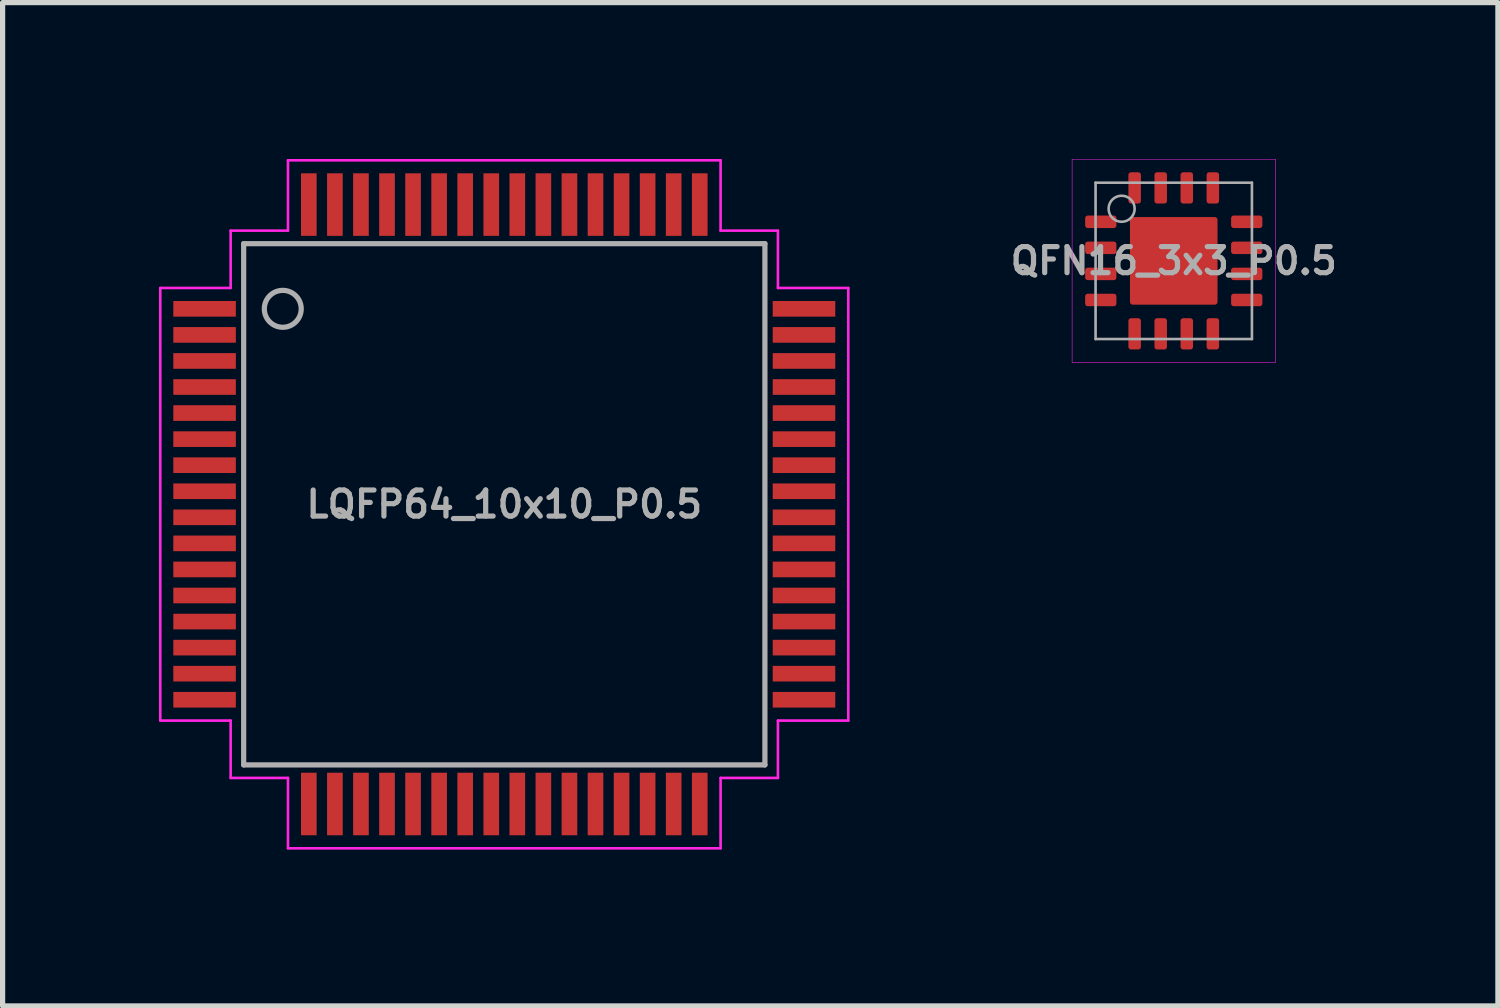
<source format=kicad_pcb>
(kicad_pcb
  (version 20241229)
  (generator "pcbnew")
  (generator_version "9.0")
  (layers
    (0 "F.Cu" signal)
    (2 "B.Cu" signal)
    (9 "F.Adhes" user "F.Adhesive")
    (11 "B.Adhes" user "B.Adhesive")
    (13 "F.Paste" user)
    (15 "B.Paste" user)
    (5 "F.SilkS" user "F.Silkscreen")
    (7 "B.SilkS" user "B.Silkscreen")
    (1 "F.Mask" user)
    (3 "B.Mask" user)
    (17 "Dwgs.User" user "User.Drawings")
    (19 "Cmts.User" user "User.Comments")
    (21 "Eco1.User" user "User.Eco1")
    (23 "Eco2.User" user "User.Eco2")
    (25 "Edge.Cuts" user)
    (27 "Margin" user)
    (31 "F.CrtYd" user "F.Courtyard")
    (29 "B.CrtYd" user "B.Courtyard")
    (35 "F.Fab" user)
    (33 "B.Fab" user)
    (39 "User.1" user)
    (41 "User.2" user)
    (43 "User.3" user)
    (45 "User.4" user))
  (footprint "QFN16_3x3_P0.5"
    (layer "F.Cu")
    (at 19.469 1.955)
    (property "Reference" "QFN16_3x3_P0.5" (at 0 0 0) (layer "F.Fab") (effects (font (size 0.5 0.5) (thickness 0.1))))
    (attr smd)
    (fp_line (start -1.95 -1.95) (end -1.95 1.95) (stroke (width 0.01) (type solid)) (layer "F.CrtYd"))
    (fp_line (start -1.95 -1.95) (end 1.95 -1.95) (stroke (width 0.01) (type solid)) (layer "F.CrtYd"))
    (fp_line (start -1.95 1.95) (end 1.95 1.95) (stroke (width 0.01) (type solid)) (layer "F.CrtYd"))
    (fp_line (start 1.95 -1.95) (end 1.95 1.95) (stroke (width 0.01) (type solid)) (layer "F.CrtYd"))
    (fp_line (start -1.5 -1.5) (end 1.5 -1.5) (stroke (width 0.05) (type solid)) (layer "F.Fab"))
    (fp_line (start -1.5 1.5) (end -1.5 -1.5) (stroke (width 0.05) (type solid)) (layer "F.Fab"))
    (fp_line (start 1.5 -1.5) (end 1.5 1.5) (stroke (width 0.05) (type solid)) (layer "F.Fab"))
    (fp_line (start 1.5 1.5) (end -1.5 1.5) (stroke (width 0.05) (type solid)) (layer "F.Fab"))
    (fp_circle (center -1 -1) (end -0.75 -1) (stroke (width 0.05) (type solid)) (fill no) (layer "F.Fab"))
    (pad "1" smd roundrect (at -1.4 -0.75) (size 0.6 0.24) (layers "F.Cu" "F.Mask" "F.Paste") (roundrect_rratio 0.21))
    (pad "2" smd roundrect (at -1.4 -0.25) (size 0.6 0.24) (layers "F.Cu" "F.Mask" "F.Paste") (roundrect_rratio 0.21))
    (pad "3" smd roundrect (at -1.4 0.25) (size 0.6 0.24) (layers "F.Cu" "F.Mask" "F.Paste") (roundrect_rratio 0.21))
    (pad "4" smd roundrect (at -1.4 0.75) (size 0.6 0.24) (layers "F.Cu" "F.Mask" "F.Paste") (roundrect_rratio 0.21))
    (pad "5" smd roundrect (at -0.75 1.4 90) (size 0.6 0.24) (layers "F.Cu" "F.Mask" "F.Paste") (roundrect_rratio 0.21))
    (pad "6" smd roundrect (at -0.25 1.4 90) (size 0.6 0.24) (layers "F.Cu" "F.Mask" "F.Paste") (roundrect_rratio 0.21))
    (pad "7" smd roundrect (at 0.25 1.4 90) (size 0.6 0.24) (layers "F.Cu" "F.Mask" "F.Paste") (roundrect_rratio 0.21))
    (pad "8" smd roundrect (at 0.75 1.4 90) (size 0.6 0.24) (layers "F.Cu" "F.Mask" "F.Paste") (roundrect_rratio 0.21))
    (pad "9" smd roundrect (at 1.4 0.75) (size 0.6 0.24) (layers "F.Cu" "F.Mask" "F.Paste") (roundrect_rratio 0.21))
    (pad "10" smd roundrect (at 1.4 0.25) (size 0.6 0.24) (layers "F.Cu" "F.Mask" "F.Paste") (roundrect_rratio 0.21))
    (pad "11" smd roundrect (at 1.4 -0.25) (size 0.6 0.24) (layers "F.Cu" "F.Mask" "F.Paste") (roundrect_rratio 0.21))
    (pad "12" smd roundrect (at 1.4 -0.75) (size 0.6 0.24) (layers "F.Cu" "F.Mask" "F.Paste") (roundrect_rratio 0.21))
    (pad "13" smd roundrect (at 0.75 -1.4 90) (size 0.6 0.24) (layers "F.Cu" "F.Mask" "F.Paste") (roundrect_rratio 0.21))
    (pad "14" smd roundrect (at 0.25 -1.4 90) (size 0.6 0.24) (layers "F.Cu" "F.Mask" "F.Paste") (roundrect_rratio 0.21))
    (pad "15" smd roundrect (at -0.25 -1.4 90) (size 0.6 0.24) (layers "F.Cu" "F.Mask" "F.Paste") (roundrect_rratio 0.21))
    (pad "16" smd roundrect (at -0.75 -1.4 90) (size 0.6 0.24) (layers "F.Cu" "F.Mask" "F.Paste") (roundrect_rratio 0.21))
    (pad "17" smd roundrect (at 0 0) (size 1.68 1.68) (layers "F.Cu" "F.Mask" "F.Paste") (roundrect_rratio 0.03)))
  (footprint "LQFP64_10x10_P0.5"
    (layer "F.Cu")
    (at 6.625 6.625)
    (property "Reference" "LQFP64_10x10_P0.5" (at 0 0 0) (layer "F.Fab") (effects (font (size 0.5 0.5) (thickness 0.1))))
    (attr smd)
    (fp_line (start -6.6 -4.15) (end -6.6 4.15) (stroke (width 0.05) (type solid)) (layer "F.CrtYd"))
    (fp_line (start -6.6 -4.15) (end -5.25 -4.15) (stroke (width 0.05) (type solid)) (layer "F.CrtYd"))
    (fp_line (start -5.25 -5.25) (end -4.15 -5.25) (stroke (width 0.05) (type solid)) (layer "F.CrtYd"))
    (fp_line (start -5.25 -4.15) (end -5.25 -5.25) (stroke (width 0.05) (type solid)) (layer "F.CrtYd"))
    (fp_line (start -5.25 4.15) (end -6.6 4.15) (stroke (width 0.05) (type solid)) (layer "F.CrtYd"))
    (fp_line (start -5.25 5.25) (end -5.25 4.15) (stroke (width 0.05) (type solid)) (layer "F.CrtYd"))
    (fp_line (start -4.15 -5.25) (end -4.15 -6.6) (stroke (width 0.05) (type solid)) (layer "F.CrtYd"))
    (fp_line (start -4.15 5.25) (end -5.25 5.25) (stroke (width 0.05) (type solid)) (layer "F.CrtYd"))
    (fp_line (start -4.15 6.6) (end -4.15 5.25) (stroke (width 0.05) (type solid)) (layer "F.CrtYd"))
    (fp_line (start -4.15 6.6) (end 4.15 6.6) (stroke (width 0.05) (type solid)) (layer "F.CrtYd"))
    (fp_line (start 4.15 -6.6) (end -4.15 -6.6) (stroke (width 0.05) (type solid)) (layer "F.CrtYd"))
    (fp_line (start 4.15 -6.6) (end 4.15 -5.25) (stroke (width 0.05) (type solid)) (layer "F.CrtYd"))
    (fp_line (start 4.15 -5.25) (end 5.25 -5.25) (stroke (width 0.05) (type solid)) (layer "F.CrtYd"))
    (fp_line (start 4.15 5.25) (end 4.15 6.6) (stroke (width 0.05) (type solid)) (layer "F.CrtYd"))
    (fp_line (start 5.25 -5.25) (end 5.25 -4.15) (stroke (width 0.05) (type solid)) (layer "F.CrtYd"))
    (fp_line (start 5.25 -4.15) (end 6.6 -4.15) (stroke (width 0.05) (type solid)) (layer "F.CrtYd"))
    (fp_line (start 5.25 4.15) (end 5.25 5.25) (stroke (width 0.05) (type solid)) (layer "F.CrtYd"))
    (fp_line (start 5.25 5.25) (end 4.15 5.25) (stroke (width 0.05) (type solid)) (layer "F.CrtYd"))
    (fp_line (start 6.6 4.15) (end 5.25 4.15) (stroke (width 0.05) (type solid)) (layer "F.CrtYd"))
    (fp_line (start 6.6 4.15) (end 6.6 -4.15) (stroke (width 0.05) (type solid)) (layer "F.CrtYd"))
    (fp_line (start -5 -5) (end 5 -5) (stroke (width 0.1) (type solid)) (layer "F.Fab"))
    (fp_line (start -5 5) (end -5 -5) (stroke (width 0.1) (type solid)) (layer "F.Fab"))
    (fp_line (start 5 -5) (end 5 5) (stroke (width 0.1) (type solid)) (layer "F.Fab"))
    (fp_line (start 5 5) (end -5 5) (stroke (width 0.1) (type solid)) (layer "F.Fab"))
    (fp_circle (center -4.25 -3.75) (end -3.896 -3.75) (stroke (width 0.1) (type solid)) (fill no) (layer "F.Fab"))
    (pad "1" smd rect (at -5.75 -3.75) (size 1.2 0.3) (layers "F.Cu" "F.Mask" "F.Paste"))
    (pad "2" smd rect (at -5.75 -3.25) (size 1.2 0.3) (layers "F.Cu" "F.Mask" "F.Paste"))
    (pad "3" smd rect (at -5.75 -2.75) (size 1.2 0.3) (layers "F.Cu" "F.Mask" "F.Paste"))
    (pad "4" smd rect (at -5.75 -2.25) (size 1.2 0.3) (layers "F.Cu" "F.Mask" "F.Paste"))
    (pad "5" smd rect (at -5.75 -1.75) (size 1.2 0.3) (layers "F.Cu" "F.Mask" "F.Paste"))
    (pad "6" smd rect (at -5.75 -1.25) (size 1.2 0.3) (layers "F.Cu" "F.Mask" "F.Paste"))
    (pad "7" smd rect (at -5.75 -0.75) (size 1.2 0.3) (layers "F.Cu" "F.Mask" "F.Paste"))
    (pad "8" smd rect (at -5.75 -0.25) (size 1.2 0.3) (layers "F.Cu" "F.Mask" "F.Paste"))
    (pad "9" smd rect (at -5.75 0.25) (size 1.2 0.3) (layers "F.Cu" "F.Mask" "F.Paste"))
    (pad "10" smd rect (at -5.75 0.75) (size 1.2 0.3) (layers "F.Cu" "F.Mask" "F.Paste"))
    (pad "11" smd rect (at -5.75 1.25) (size 1.2 0.3) (layers "F.Cu" "F.Mask" "F.Paste"))
    (pad "12" smd rect (at -5.75 1.75) (size 1.2 0.3) (layers "F.Cu" "F.Mask" "F.Paste"))
    (pad "13" smd rect (at -5.75 2.25) (size 1.2 0.3) (layers "F.Cu" "F.Mask" "F.Paste"))
    (pad "14" smd rect (at -5.75 2.75) (size 1.2 0.3) (layers "F.Cu" "F.Mask" "F.Paste"))
    (pad "15" smd rect (at -5.75 3.25) (size 1.2 0.3) (layers "F.Cu" "F.Mask" "F.Paste"))
    (pad "16" smd rect (at -5.75 3.75) (size 1.2 0.3) (layers "F.Cu" "F.Mask" "F.Paste"))
    (pad "17" smd rect (at -3.75 5.75 90) (size 1.2 0.3) (layers "F.Cu" "F.Mask" "F.Paste"))
    (pad "18" smd rect (at -3.25 5.75 90) (size 1.2 0.3) (layers "F.Cu" "F.Mask" "F.Paste"))
    (pad "19" smd rect (at -2.75 5.75 90) (size 1.2 0.3) (layers "F.Cu" "F.Mask" "F.Paste"))
    (pad "20" smd rect (at -2.25 5.75 90) (size 1.2 0.3) (layers "F.Cu" "F.Mask" "F.Paste"))
    (pad "21" smd rect (at -1.75 5.75 90) (size 1.2 0.3) (layers "F.Cu" "F.Mask" "F.Paste"))
    (pad "22" smd rect (at -1.25 5.75 90) (size 1.2 0.3) (layers "F.Cu" "F.Mask" "F.Paste"))
    (pad "23" smd rect (at -0.75 5.75 90) (size 1.2 0.3) (layers "F.Cu" "F.Mask" "F.Paste"))
    (pad "24" smd rect (at -0.25 5.75 90) (size 1.2 0.3) (layers "F.Cu" "F.Mask" "F.Paste"))
    (pad "25" smd rect (at 0.25 5.75 90) (size 1.2 0.3) (layers "F.Cu" "F.Mask" "F.Paste"))
    (pad "26" smd rect (at 0.75 5.75 90) (size 1.2 0.3) (layers "F.Cu" "F.Mask" "F.Paste"))
    (pad "27" smd rect (at 1.25 5.75 90) (size 1.2 0.3) (layers "F.Cu" "F.Mask" "F.Paste"))
    (pad "28" smd rect (at 1.75 5.75 90) (size 1.2 0.3) (layers "F.Cu" "F.Mask" "F.Paste"))
    (pad "29" smd rect (at 2.25 5.75 90) (size 1.2 0.3) (layers "F.Cu" "F.Mask" "F.Paste"))
    (pad "30" smd rect (at 2.75 5.75 90) (size 1.2 0.3) (layers "F.Cu" "F.Mask" "F.Paste"))
    (pad "31" smd rect (at 3.25 5.75 90) (size 1.2 0.3) (layers "F.Cu" "F.Mask" "F.Paste"))
    (pad "32" smd rect (at 3.75 5.75 90) (size 1.2 0.3) (layers "F.Cu" "F.Mask" "F.Paste"))
    (pad "33" smd rect (at 5.75 3.75) (size 1.2 0.3) (layers "F.Cu" "F.Mask" "F.Paste"))
    (pad "34" smd rect (at 5.75 3.25) (size 1.2 0.3) (layers "F.Cu" "F.Mask" "F.Paste"))
    (pad "35" smd rect (at 5.75 2.75) (size 1.2 0.3) (layers "F.Cu" "F.Mask" "F.Paste"))
    (pad "36" smd rect (at 5.75 2.25) (size 1.2 0.3) (layers "F.Cu" "F.Mask" "F.Paste"))
    (pad "37" smd rect (at 5.75 1.75) (size 1.2 0.3) (layers "F.Cu" "F.Mask" "F.Paste"))
    (pad "38" smd rect (at 5.75 1.25) (size 1.2 0.3) (layers "F.Cu" "F.Mask" "F.Paste"))
    (pad "39" smd rect (at 5.75 0.75) (size 1.2 0.3) (layers "F.Cu" "F.Mask" "F.Paste"))
    (pad "40" smd rect (at 5.75 0.25) (size 1.2 0.3) (layers "F.Cu" "F.Mask" "F.Paste"))
    (pad "41" smd rect (at 5.75 -0.25) (size 1.2 0.3) (layers "F.Cu" "F.Mask" "F.Paste"))
    (pad "42" smd rect (at 5.75 -0.75) (size 1.2 0.3) (layers "F.Cu" "F.Mask" "F.Paste"))
    (pad "43" smd rect (at 5.75 -1.25) (size 1.2 0.3) (layers "F.Cu" "F.Mask" "F.Paste"))
    (pad "44" smd rect (at 5.75 -1.75) (size 1.2 0.3) (layers "F.Cu" "F.Mask" "F.Paste"))
    (pad "45" smd rect (at 5.75 -2.25) (size 1.2 0.3) (layers "F.Cu" "F.Mask" "F.Paste"))
    (pad "46" smd rect (at 5.75 -2.75) (size 1.2 0.3) (layers "F.Cu" "F.Mask" "F.Paste"))
    (pad "47" smd rect (at 5.75 -3.25) (size 1.2 0.3) (layers "F.Cu" "F.Mask" "F.Paste"))
    (pad "48" smd rect (at 5.75 -3.75) (size 1.2 0.3) (layers "F.Cu" "F.Mask" "F.Paste"))
    (pad "49" smd rect (at 3.75 -5.75 90) (size 1.2 0.3) (layers "F.Cu" "F.Mask" "F.Paste"))
    (pad "50" smd rect (at 3.25 -5.75 90) (size 1.2 0.3) (layers "F.Cu" "F.Mask" "F.Paste"))
    (pad "51" smd rect (at 2.75 -5.75 90) (size 1.2 0.3) (layers "F.Cu" "F.Mask" "F.Paste"))
    (pad "52" smd rect (at 2.25 -5.75 90) (size 1.2 0.3) (layers "F.Cu" "F.Mask" "F.Paste"))
    (pad "53" smd rect (at 1.75 -5.75 90) (size 1.2 0.3) (layers "F.Cu" "F.Mask" "F.Paste"))
    (pad "54" smd rect (at 1.25 -5.75 90) (size 1.2 0.3) (layers "F.Cu" "F.Mask" "F.Paste"))
    (pad "55" smd rect (at 0.75 -5.75 90) (size 1.2 0.3) (layers "F.Cu" "F.Mask" "F.Paste"))
    (pad "56" smd rect (at 0.25 -5.75 90) (size 1.2 0.3) (layers "F.Cu" "F.Mask" "F.Paste"))
    (pad "57" smd rect (at -0.25 -5.75 90) (size 1.2 0.3) (layers "F.Cu" "F.Mask" "F.Paste"))
    (pad "58" smd rect (at -0.75 -5.75 90) (size 1.2 0.3) (layers "F.Cu" "F.Mask" "F.Paste"))
    (pad "59" smd rect (at -1.25 -5.75 90) (size 1.2 0.3) (layers "F.Cu" "F.Mask" "F.Paste"))
    (pad "60" smd rect (at -1.75 -5.75 90) (size 1.2 0.3) (layers "F.Cu" "F.Mask" "F.Paste"))
    (pad "61" smd rect (at -2.25 -5.75 90) (size 1.2 0.3) (layers "F.Cu" "F.Mask" "F.Paste"))
    (pad "62" smd rect (at -2.75 -5.75 90) (size 1.2 0.3) (layers "F.Cu" "F.Mask" "F.Paste"))
    (pad "63" smd rect (at -3.25 -5.75 90) (size 1.2 0.3) (layers "F.Cu" "F.Mask" "F.Paste"))
    (pad "64" smd rect (at -3.75 -5.75 90) (size 1.2 0.3) (layers "F.Cu" "F.Mask" "F.Paste")))
  (gr_rect
    (start -3 -3)
    (end 25.688 16.25)
    (stroke (width 0.1) (type default))
    (fill no)
    (layer "Edge.Cuts")))
</source>
